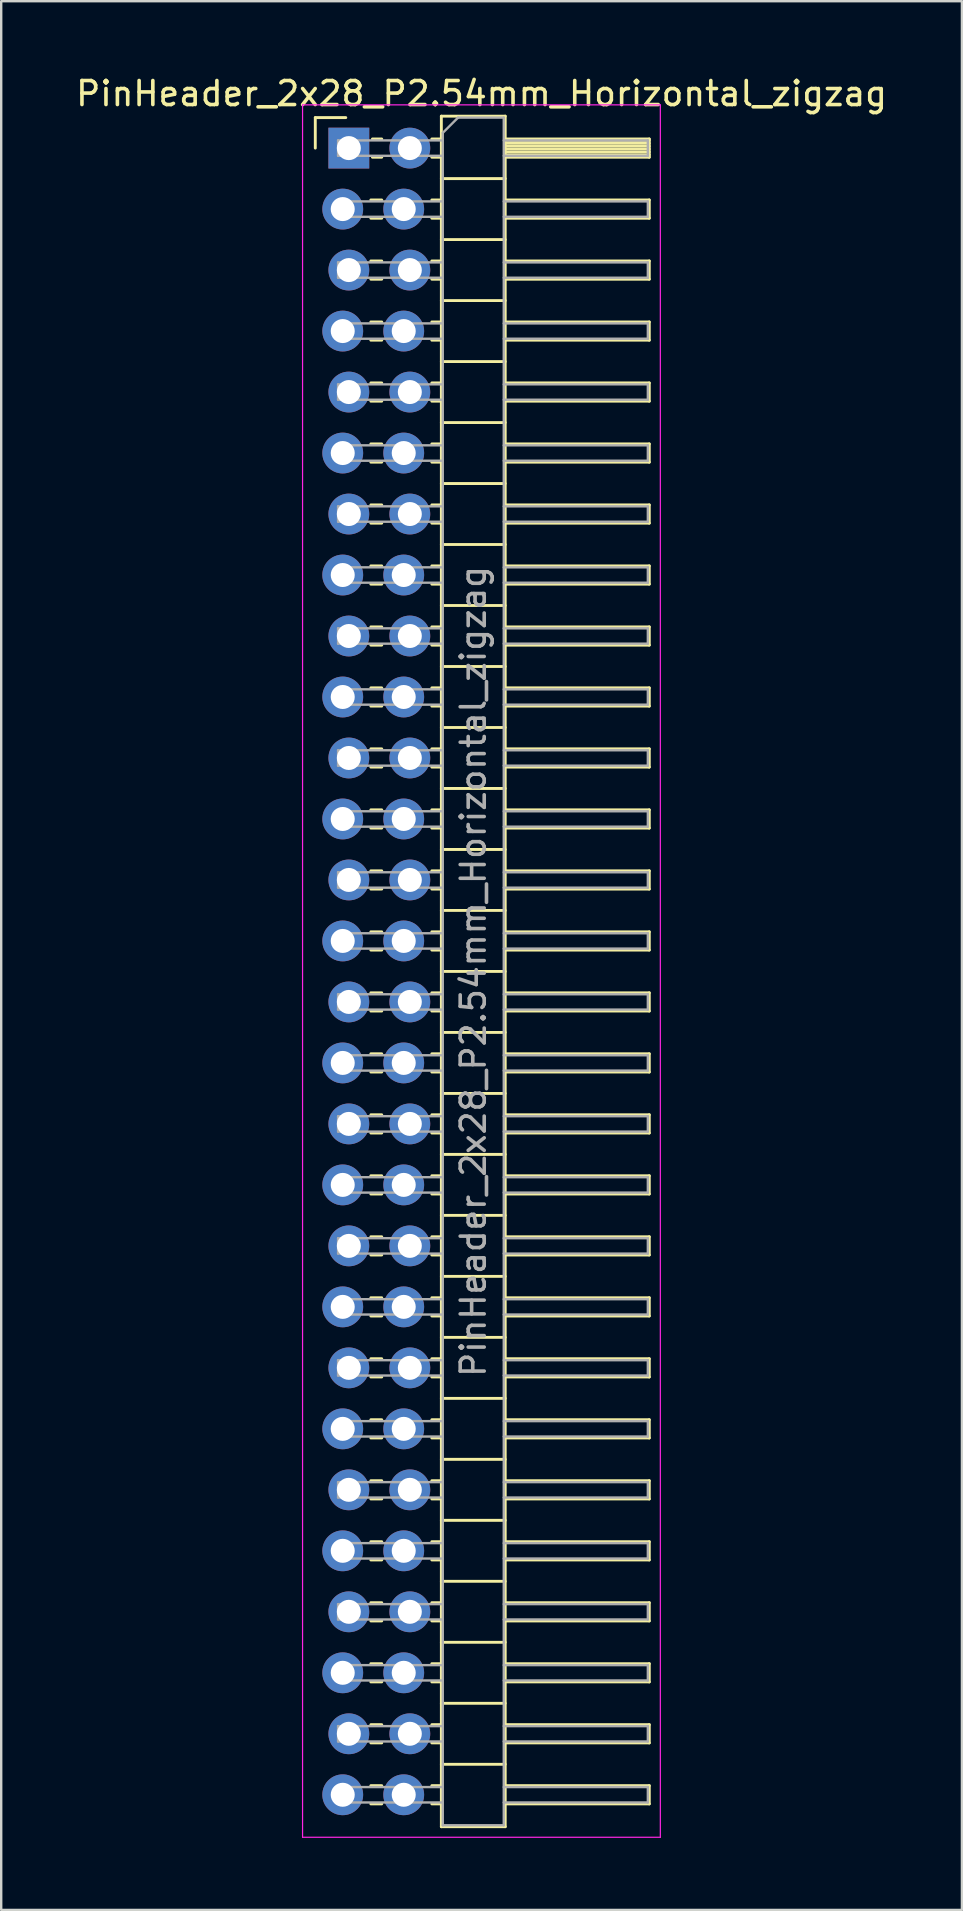
<source format=kicad_pcb>
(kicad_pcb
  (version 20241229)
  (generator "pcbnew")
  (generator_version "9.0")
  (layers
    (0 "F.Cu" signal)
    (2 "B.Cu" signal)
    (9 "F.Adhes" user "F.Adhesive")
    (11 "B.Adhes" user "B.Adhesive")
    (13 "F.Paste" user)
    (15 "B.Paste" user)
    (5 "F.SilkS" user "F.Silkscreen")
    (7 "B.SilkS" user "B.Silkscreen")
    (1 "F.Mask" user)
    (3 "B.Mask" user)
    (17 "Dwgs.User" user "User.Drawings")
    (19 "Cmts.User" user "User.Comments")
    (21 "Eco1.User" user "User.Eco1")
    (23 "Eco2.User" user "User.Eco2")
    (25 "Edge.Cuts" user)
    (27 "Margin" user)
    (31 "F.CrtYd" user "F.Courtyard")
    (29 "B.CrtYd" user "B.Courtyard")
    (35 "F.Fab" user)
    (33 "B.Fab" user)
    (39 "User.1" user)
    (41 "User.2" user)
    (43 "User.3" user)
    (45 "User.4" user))
  (footprint "PinHeader_2x28_P2.54mm_Horizontal_zigzag"
    (layer "F.Cu")
    (at 11.351 3.118)
    (property "Reference" "PinHeader_2x28_P2.54mm_Horizontal_zigzag" (at 5.655 -2.27 0) (layer "F.SilkS") (effects (font (size 1 1) (thickness 0.15))))
    (attr through_hole)
    (fp_line (start -1.27 -1.27) (end 0 -1.27) (stroke (width 0.12) (type solid)) (layer "F.SilkS"))
    (fp_line (start -1.27 0) (end -1.27 -1.27) (stroke (width 0.12) (type solid)) (layer "F.SilkS"))
    (fp_line (start 1.043 2.16) (end 1.497 2.16) (stroke (width 0.12) (type solid)) (layer "F.SilkS"))
    (fp_line (start 1.043 2.92) (end 1.497 2.92) (stroke (width 0.12) (type solid)) (layer "F.SilkS"))
    (fp_line (start 1.043 4.7) (end 1.497 4.7) (stroke (width 0.12) (type solid)) (layer "F.SilkS"))
    (fp_line (start 1.043 5.46) (end 1.497 5.46) (stroke (width 0.12) (type solid)) (layer "F.SilkS"))
    (fp_line (start 1.043 7.24) (end 1.497 7.24) (stroke (width 0.12) (type solid)) (layer "F.SilkS"))
    (fp_line (start 1.043 8) (end 1.497 8) (stroke (width 0.12) (type solid)) (layer "F.SilkS"))
    (fp_line (start 1.043 9.78) (end 1.497 9.78) (stroke (width 0.12) (type solid)) (layer "F.SilkS"))
    (fp_line (start 1.043 10.54) (end 1.497 10.54) (stroke (width 0.12) (type solid)) (layer "F.SilkS"))
    (fp_line (start 1.043 12.32) (end 1.497 12.32) (stroke (width 0.12) (type solid)) (layer "F.SilkS"))
    (fp_line (start 1.043 13.08) (end 1.497 13.08) (stroke (width 0.12) (type solid)) (layer "F.SilkS"))
    (fp_line (start 1.043 14.86) (end 1.497 14.86) (stroke (width 0.12) (type solid)) (layer "F.SilkS"))
    (fp_line (start 1.043 15.62) (end 1.497 15.62) (stroke (width 0.12) (type solid)) (layer "F.SilkS"))
    (fp_line (start 1.043 17.4) (end 1.497 17.4) (stroke (width 0.12) (type solid)) (layer "F.SilkS"))
    (fp_line (start 1.043 18.16) (end 1.497 18.16) (stroke (width 0.12) (type solid)) (layer "F.SilkS"))
    (fp_line (start 1.043 19.94) (end 1.497 19.94) (stroke (width 0.12) (type solid)) (layer "F.SilkS"))
    (fp_line (start 1.043 20.7) (end 1.497 20.7) (stroke (width 0.12) (type solid)) (layer "F.SilkS"))
    (fp_line (start 1.043 22.48) (end 1.497 22.48) (stroke (width 0.12) (type solid)) (layer "F.SilkS"))
    (fp_line (start 1.043 23.24) (end 1.497 23.24) (stroke (width 0.12) (type solid)) (layer "F.SilkS"))
    (fp_line (start 1.043 25.02) (end 1.497 25.02) (stroke (width 0.12) (type solid)) (layer "F.SilkS"))
    (fp_line (start 1.043 25.78) (end 1.497 25.78) (stroke (width 0.12) (type solid)) (layer "F.SilkS"))
    (fp_line (start 1.043 27.56) (end 1.497 27.56) (stroke (width 0.12) (type solid)) (layer "F.SilkS"))
    (fp_line (start 1.043 28.32) (end 1.497 28.32) (stroke (width 0.12) (type solid)) (layer "F.SilkS"))
    (fp_line (start 1.043 30.1) (end 1.497 30.1) (stroke (width 0.12) (type solid)) (layer "F.SilkS"))
    (fp_line (start 1.043 30.86) (end 1.497 30.86) (stroke (width 0.12) (type solid)) (layer "F.SilkS"))
    (fp_line (start 1.043 32.64) (end 1.497 32.64) (stroke (width 0.12) (type solid)) (layer "F.SilkS"))
    (fp_line (start 1.043 33.4) (end 1.497 33.4) (stroke (width 0.12) (type solid)) (layer "F.SilkS"))
    (fp_line (start 1.043 35.18) (end 1.497 35.18) (stroke (width 0.12) (type solid)) (layer "F.SilkS"))
    (fp_line (start 1.043 35.94) (end 1.497 35.94) (stroke (width 0.12) (type solid)) (layer "F.SilkS"))
    (fp_line (start 1.043 37.72) (end 1.497 37.72) (stroke (width 0.12) (type solid)) (layer "F.SilkS"))
    (fp_line (start 1.043 38.48) (end 1.497 38.48) (stroke (width 0.12) (type solid)) (layer "F.SilkS"))
    (fp_line (start 1.043 40.26) (end 1.497 40.26) (stroke (width 0.12) (type solid)) (layer "F.SilkS"))
    (fp_line (start 1.043 41.02) (end 1.497 41.02) (stroke (width 0.12) (type solid)) (layer "F.SilkS"))
    (fp_line (start 1.043 42.8) (end 1.497 42.8) (stroke (width 0.12) (type solid)) (layer "F.SilkS"))
    (fp_line (start 1.043 43.56) (end 1.497 43.56) (stroke (width 0.12) (type solid)) (layer "F.SilkS"))
    (fp_line (start 1.043 45.34) (end 1.497 45.34) (stroke (width 0.12) (type solid)) (layer "F.SilkS"))
    (fp_line (start 1.043 46.1) (end 1.497 46.1) (stroke (width 0.12) (type solid)) (layer "F.SilkS"))
    (fp_line (start 1.043 47.88) (end 1.497 47.88) (stroke (width 0.12) (type solid)) (layer "F.SilkS"))
    (fp_line (start 1.043 48.64) (end 1.497 48.64) (stroke (width 0.12) (type solid)) (layer "F.SilkS"))
    (fp_line (start 1.043 50.42) (end 1.497 50.42) (stroke (width 0.12) (type solid)) (layer "F.SilkS"))
    (fp_line (start 1.043 51.18) (end 1.497 51.18) (stroke (width 0.12) (type solid)) (layer "F.SilkS"))
    (fp_line (start 1.043 52.96) (end 1.497 52.96) (stroke (width 0.12) (type solid)) (layer "F.SilkS"))
    (fp_line (start 1.043 53.72) (end 1.497 53.72) (stroke (width 0.12) (type solid)) (layer "F.SilkS"))
    (fp_line (start 1.043 55.5) (end 1.497 55.5) (stroke (width 0.12) (type solid)) (layer "F.SilkS"))
    (fp_line (start 1.043 56.26) (end 1.497 56.26) (stroke (width 0.12) (type solid)) (layer "F.SilkS"))
    (fp_line (start 1.043 58.04) (end 1.497 58.04) (stroke (width 0.12) (type solid)) (layer "F.SilkS"))
    (fp_line (start 1.043 58.8) (end 1.497 58.8) (stroke (width 0.12) (type solid)) (layer "F.SilkS"))
    (fp_line (start 1.043 60.58) (end 1.497 60.58) (stroke (width 0.12) (type solid)) (layer "F.SilkS"))
    (fp_line (start 1.043 61.34) (end 1.497 61.34) (stroke (width 0.12) (type solid)) (layer "F.SilkS"))
    (fp_line (start 1.043 63.12) (end 1.497 63.12) (stroke (width 0.12) (type solid)) (layer "F.SilkS"))
    (fp_line (start 1.043 63.88) (end 1.497 63.88) (stroke (width 0.12) (type solid)) (layer "F.SilkS"))
    (fp_line (start 1.043 65.66) (end 1.497 65.66) (stroke (width 0.12) (type solid)) (layer "F.SilkS"))
    (fp_line (start 1.043 66.42) (end 1.497 66.42) (stroke (width 0.12) (type solid)) (layer "F.SilkS"))
    (fp_line (start 1.043 68.2) (end 1.497 68.2) (stroke (width 0.12) (type solid)) (layer "F.SilkS"))
    (fp_line (start 1.043 68.96) (end 1.497 68.96) (stroke (width 0.12) (type solid)) (layer "F.SilkS"))
    (fp_line (start 1.11 -0.38) (end 1.497 -0.38) (stroke (width 0.12) (type solid)) (layer "F.SilkS"))
    (fp_line (start 1.11 0.38) (end 1.497 0.38) (stroke (width 0.12) (type solid)) (layer "F.SilkS"))
    (fp_line (start 3.583 -0.38) (end 3.98 -0.38) (stroke (width 0.12) (type solid)) (layer "F.SilkS"))
    (fp_line (start 3.583 0.38) (end 3.98 0.38) (stroke (width 0.12) (type solid)) (layer "F.SilkS"))
    (fp_line (start 3.583 2.16) (end 3.98 2.16) (stroke (width 0.12) (type solid)) (layer "F.SilkS"))
    (fp_line (start 3.583 2.92) (end 3.98 2.92) (stroke (width 0.12) (type solid)) (layer "F.SilkS"))
    (fp_line (start 3.583 4.7) (end 3.98 4.7) (stroke (width 0.12) (type solid)) (layer "F.SilkS"))
    (fp_line (start 3.583 5.46) (end 3.98 5.46) (stroke (width 0.12) (type solid)) (layer "F.SilkS"))
    (fp_line (start 3.583 7.24) (end 3.98 7.24) (stroke (width 0.12) (type solid)) (layer "F.SilkS"))
    (fp_line (start 3.583 8) (end 3.98 8) (stroke (width 0.12) (type solid)) (layer "F.SilkS"))
    (fp_line (start 3.583 9.78) (end 3.98 9.78) (stroke (width 0.12) (type solid)) (layer "F.SilkS"))
    (fp_line (start 3.583 10.54) (end 3.98 10.54) (stroke (width 0.12) (type solid)) (layer "F.SilkS"))
    (fp_line (start 3.583 12.32) (end 3.98 12.32) (stroke (width 0.12) (type solid)) (layer "F.SilkS"))
    (fp_line (start 3.583 13.08) (end 3.98 13.08) (stroke (width 0.12) (type solid)) (layer "F.SilkS"))
    (fp_line (start 3.583 14.86) (end 3.98 14.86) (stroke (width 0.12) (type solid)) (layer "F.SilkS"))
    (fp_line (start 3.583 15.62) (end 3.98 15.62) (stroke (width 0.12) (type solid)) (layer "F.SilkS"))
    (fp_line (start 3.583 17.4) (end 3.98 17.4) (stroke (width 0.12) (type solid)) (layer "F.SilkS"))
    (fp_line (start 3.583 18.16) (end 3.98 18.16) (stroke (width 0.12) (type solid)) (layer "F.SilkS"))
    (fp_line (start 3.583 19.94) (end 3.98 19.94) (stroke (width 0.12) (type solid)) (layer "F.SilkS"))
    (fp_line (start 3.583 20.7) (end 3.98 20.7) (stroke (width 0.12) (type solid)) (layer "F.SilkS"))
    (fp_line (start 3.583 22.48) (end 3.98 22.48) (stroke (width 0.12) (type solid)) (layer "F.SilkS"))
    (fp_line (start 3.583 23.24) (end 3.98 23.24) (stroke (width 0.12) (type solid)) (layer "F.SilkS"))
    (fp_line (start 3.583 25.02) (end 3.98 25.02) (stroke (width 0.12) (type solid)) (layer "F.SilkS"))
    (fp_line (start 3.583 25.78) (end 3.98 25.78) (stroke (width 0.12) (type solid)) (layer "F.SilkS"))
    (fp_line (start 3.583 27.56) (end 3.98 27.56) (stroke (width 0.12) (type solid)) (layer "F.SilkS"))
    (fp_line (start 3.583 28.32) (end 3.98 28.32) (stroke (width 0.12) (type solid)) (layer "F.SilkS"))
    (fp_line (start 3.583 30.1) (end 3.98 30.1) (stroke (width 0.12) (type solid)) (layer "F.SilkS"))
    (fp_line (start 3.583 30.86) (end 3.98 30.86) (stroke (width 0.12) (type solid)) (layer "F.SilkS"))
    (fp_line (start 3.583 32.64) (end 3.98 32.64) (stroke (width 0.12) (type solid)) (layer "F.SilkS"))
    (fp_line (start 3.583 33.4) (end 3.98 33.4) (stroke (width 0.12) (type solid)) (layer "F.SilkS"))
    (fp_line (start 3.583 35.18) (end 3.98 35.18) (stroke (width 0.12) (type solid)) (layer "F.SilkS"))
    (fp_line (start 3.583 35.94) (end 3.98 35.94) (stroke (width 0.12) (type solid)) (layer "F.SilkS"))
    (fp_line (start 3.583 37.72) (end 3.98 37.72) (stroke (width 0.12) (type solid)) (layer "F.SilkS"))
    (fp_line (start 3.583 38.48) (end 3.98 38.48) (stroke (width 0.12) (type solid)) (layer "F.SilkS"))
    (fp_line (start 3.583 40.26) (end 3.98 40.26) (stroke (width 0.12) (type solid)) (layer "F.SilkS"))
    (fp_line (start 3.583 41.02) (end 3.98 41.02) (stroke (width 0.12) (type solid)) (layer "F.SilkS"))
    (fp_line (start 3.583 42.8) (end 3.98 42.8) (stroke (width 0.12) (type solid)) (layer "F.SilkS"))
    (fp_line (start 3.583 43.56) (end 3.98 43.56) (stroke (width 0.12) (type solid)) (layer "F.SilkS"))
    (fp_line (start 3.583 45.34) (end 3.98 45.34) (stroke (width 0.12) (type solid)) (layer "F.SilkS"))
    (fp_line (start 3.583 46.1) (end 3.98 46.1) (stroke (width 0.12) (type solid)) (layer "F.SilkS"))
    (fp_line (start 3.583 47.88) (end 3.98 47.88) (stroke (width 0.12) (type solid)) (layer "F.SilkS"))
    (fp_line (start 3.583 48.64) (end 3.98 48.64) (stroke (width 0.12) (type solid)) (layer "F.SilkS"))
    (fp_line (start 3.583 50.42) (end 3.98 50.42) (stroke (width 0.12) (type solid)) (layer "F.SilkS"))
    (fp_line (start 3.583 51.18) (end 3.98 51.18) (stroke (width 0.12) (type solid)) (layer "F.SilkS"))
    (fp_line (start 3.583 52.96) (end 3.98 52.96) (stroke (width 0.12) (type solid)) (layer "F.SilkS"))
    (fp_line (start 3.583 53.72) (end 3.98 53.72) (stroke (width 0.12) (type solid)) (layer "F.SilkS"))
    (fp_line (start 3.583 55.5) (end 3.98 55.5) (stroke (width 0.12) (type solid)) (layer "F.SilkS"))
    (fp_line (start 3.583 56.26) (end 3.98 56.26) (stroke (width 0.12) (type solid)) (layer "F.SilkS"))
    (fp_line (start 3.583 58.04) (end 3.98 58.04) (stroke (width 0.12) (type solid)) (layer "F.SilkS"))
    (fp_line (start 3.583 58.8) (end 3.98 58.8) (stroke (width 0.12) (type solid)) (layer "F.SilkS"))
    (fp_line (start 3.583 60.58) (end 3.98 60.58) (stroke (width 0.12) (type solid)) (layer "F.SilkS"))
    (fp_line (start 3.583 61.34) (end 3.98 61.34) (stroke (width 0.12) (type solid)) (layer "F.SilkS"))
    (fp_line (start 3.583 63.12) (end 3.98 63.12) (stroke (width 0.12) (type solid)) (layer "F.SilkS"))
    (fp_line (start 3.583 63.88) (end 3.98 63.88) (stroke (width 0.12) (type solid)) (layer "F.SilkS"))
    (fp_line (start 3.583 65.66) (end 3.98 65.66) (stroke (width 0.12) (type solid)) (layer "F.SilkS"))
    (fp_line (start 3.583 66.42) (end 3.98 66.42) (stroke (width 0.12) (type solid)) (layer "F.SilkS"))
    (fp_line (start 3.583 68.2) (end 3.98 68.2) (stroke (width 0.12) (type solid)) (layer "F.SilkS"))
    (fp_line (start 3.583 68.96) (end 3.98 68.96) (stroke (width 0.12) (type solid)) (layer "F.SilkS"))
    (fp_line (start 3.98 -1.33) (end 3.98 69.91) (stroke (width 0.12) (type solid)) (layer "F.SilkS"))
    (fp_line (start 3.98 1.27) (end 6.64 1.27) (stroke (width 0.12) (type solid)) (layer "F.SilkS"))
    (fp_line (start 3.98 3.81) (end 6.64 3.81) (stroke (width 0.12) (type solid)) (layer "F.SilkS"))
    (fp_line (start 3.98 6.35) (end 6.64 6.35) (stroke (width 0.12) (type solid)) (layer "F.SilkS"))
    (fp_line (start 3.98 8.89) (end 6.64 8.89) (stroke (width 0.12) (type solid)) (layer "F.SilkS"))
    (fp_line (start 3.98 11.43) (end 6.64 11.43) (stroke (width 0.12) (type solid)) (layer "F.SilkS"))
    (fp_line (start 3.98 13.97) (end 6.64 13.97) (stroke (width 0.12) (type solid)) (layer "F.SilkS"))
    (fp_line (start 3.98 16.51) (end 6.64 16.51) (stroke (width 0.12) (type solid)) (layer "F.SilkS"))
    (fp_line (start 3.98 19.05) (end 6.64 19.05) (stroke (width 0.12) (type solid)) (layer "F.SilkS"))
    (fp_line (start 3.98 21.59) (end 6.64 21.59) (stroke (width 0.12) (type solid)) (layer "F.SilkS"))
    (fp_line (start 3.98 24.13) (end 6.64 24.13) (stroke (width 0.12) (type solid)) (layer "F.SilkS"))
    (fp_line (start 3.98 26.67) (end 6.64 26.67) (stroke (width 0.12) (type solid)) (layer "F.SilkS"))
    (fp_line (start 3.98 29.21) (end 6.64 29.21) (stroke (width 0.12) (type solid)) (layer "F.SilkS"))
    (fp_line (start 3.98 31.75) (end 6.64 31.75) (stroke (width 0.12) (type solid)) (layer "F.SilkS"))
    (fp_line (start 3.98 34.29) (end 6.64 34.29) (stroke (width 0.12) (type solid)) (layer "F.SilkS"))
    (fp_line (start 3.98 36.83) (end 6.64 36.83) (stroke (width 0.12) (type solid)) (layer "F.SilkS"))
    (fp_line (start 3.98 39.37) (end 6.64 39.37) (stroke (width 0.12) (type solid)) (layer "F.SilkS"))
    (fp_line (start 3.98 41.91) (end 6.64 41.91) (stroke (width 0.12) (type solid)) (layer "F.SilkS"))
    (fp_line (start 3.98 44.45) (end 6.64 44.45) (stroke (width 0.12) (type solid)) (layer "F.SilkS"))
    (fp_line (start 3.98 46.99) (end 6.64 46.99) (stroke (width 0.12) (type solid)) (layer "F.SilkS"))
    (fp_line (start 3.98 49.53) (end 6.64 49.53) (stroke (width 0.12) (type solid)) (layer "F.SilkS"))
    (fp_line (start 3.98 52.07) (end 6.64 52.07) (stroke (width 0.12) (type solid)) (layer "F.SilkS"))
    (fp_line (start 3.98 54.61) (end 6.64 54.61) (stroke (width 0.12) (type solid)) (layer "F.SilkS"))
    (fp_line (start 3.98 57.15) (end 6.64 57.15) (stroke (width 0.12) (type solid)) (layer "F.SilkS"))
    (fp_line (start 3.98 59.69) (end 6.64 59.69) (stroke (width 0.12) (type solid)) (layer "F.SilkS"))
    (fp_line (start 3.98 62.23) (end 6.64 62.23) (stroke (width 0.12) (type solid)) (layer "F.SilkS"))
    (fp_line (start 3.98 64.77) (end 6.64 64.77) (stroke (width 0.12) (type solid)) (layer "F.SilkS"))
    (fp_line (start 3.98 67.31) (end 6.64 67.31) (stroke (width 0.12) (type solid)) (layer "F.SilkS"))
    (fp_line (start 3.98 69.91) (end 6.64 69.91) (stroke (width 0.12) (type solid)) (layer "F.SilkS"))
    (fp_line (start 6.64 -1.33) (end 3.98 -1.33) (stroke (width 0.12) (type solid)) (layer "F.SilkS"))
    (fp_line (start 6.64 -0.38) (end 12.64 -0.38) (stroke (width 0.12) (type solid)) (layer "F.SilkS"))
    (fp_line (start 6.64 -0.32) (end 12.64 -0.32) (stroke (width 0.12) (type solid)) (layer "F.SilkS"))
    (fp_line (start 6.64 -0.2) (end 12.64 -0.2) (stroke (width 0.12) (type solid)) (layer "F.SilkS"))
    (fp_line (start 6.64 -0.08) (end 12.64 -0.08) (stroke (width 0.12) (type solid)) (layer "F.SilkS"))
    (fp_line (start 6.64 0.04) (end 12.64 0.04) (stroke (width 0.12) (type solid)) (layer "F.SilkS"))
    (fp_line (start 6.64 0.16) (end 12.64 0.16) (stroke (width 0.12) (type solid)) (layer "F.SilkS"))
    (fp_line (start 6.64 0.28) (end 12.64 0.28) (stroke (width 0.12) (type solid)) (layer "F.SilkS"))
    (fp_line (start 6.64 2.16) (end 12.64 2.16) (stroke (width 0.12) (type solid)) (layer "F.SilkS"))
    (fp_line (start 6.64 4.7) (end 12.64 4.7) (stroke (width 0.12) (type solid)) (layer "F.SilkS"))
    (fp_line (start 6.64 7.24) (end 12.64 7.24) (stroke (width 0.12) (type solid)) (layer "F.SilkS"))
    (fp_line (start 6.64 9.78) (end 12.64 9.78) (stroke (width 0.12) (type solid)) (layer "F.SilkS"))
    (fp_line (start 6.64 12.32) (end 12.64 12.32) (stroke (width 0.12) (type solid)) (layer "F.SilkS"))
    (fp_line (start 6.64 14.86) (end 12.64 14.86) (stroke (width 0.12) (type solid)) (layer "F.SilkS"))
    (fp_line (start 6.64 17.4) (end 12.64 17.4) (stroke (width 0.12) (type solid)) (layer "F.SilkS"))
    (fp_line (start 6.64 19.94) (end 12.64 19.94) (stroke (width 0.12) (type solid)) (layer "F.SilkS"))
    (fp_line (start 6.64 22.48) (end 12.64 22.48) (stroke (width 0.12) (type solid)) (layer "F.SilkS"))
    (fp_line (start 6.64 25.02) (end 12.64 25.02) (stroke (width 0.12) (type solid)) (layer "F.SilkS"))
    (fp_line (start 6.64 27.56) (end 12.64 27.56) (stroke (width 0.12) (type solid)) (layer "F.SilkS"))
    (fp_line (start 6.64 30.1) (end 12.64 30.1) (stroke (width 0.12) (type solid)) (layer "F.SilkS"))
    (fp_line (start 6.64 32.64) (end 12.64 32.64) (stroke (width 0.12) (type solid)) (layer "F.SilkS"))
    (fp_line (start 6.64 35.18) (end 12.64 35.18) (stroke (width 0.12) (type solid)) (layer "F.SilkS"))
    (fp_line (start 6.64 37.72) (end 12.64 37.72) (stroke (width 0.12) (type solid)) (layer "F.SilkS"))
    (fp_line (start 6.64 40.26) (end 12.64 40.26) (stroke (width 0.12) (type solid)) (layer "F.SilkS"))
    (fp_line (start 6.64 42.8) (end 12.64 42.8) (stroke (width 0.12) (type solid)) (layer "F.SilkS"))
    (fp_line (start 6.64 45.34) (end 12.64 45.34) (stroke (width 0.12) (type solid)) (layer "F.SilkS"))
    (fp_line (start 6.64 47.88) (end 12.64 47.88) (stroke (width 0.12) (type solid)) (layer "F.SilkS"))
    (fp_line (start 6.64 50.42) (end 12.64 50.42) (stroke (width 0.12) (type solid)) (layer "F.SilkS"))
    (fp_line (start 6.64 52.96) (end 12.64 52.96) (stroke (width 0.12) (type solid)) (layer "F.SilkS"))
    (fp_line (start 6.64 55.5) (end 12.64 55.5) (stroke (width 0.12) (type solid)) (layer "F.SilkS"))
    (fp_line (start 6.64 58.04) (end 12.64 58.04) (stroke (width 0.12) (type solid)) (layer "F.SilkS"))
    (fp_line (start 6.64 60.58) (end 12.64 60.58) (stroke (width 0.12) (type solid)) (layer "F.SilkS"))
    (fp_line (start 6.64 63.12) (end 12.64 63.12) (stroke (width 0.12) (type solid)) (layer "F.SilkS"))
    (fp_line (start 6.64 65.66) (end 12.64 65.66) (stroke (width 0.12) (type solid)) (layer "F.SilkS"))
    (fp_line (start 6.64 68.2) (end 12.64 68.2) (stroke (width 0.12) (type solid)) (layer "F.SilkS"))
    (fp_line (start 6.64 69.91) (end 6.64 -1.33) (stroke (width 0.12) (type solid)) (layer "F.SilkS"))
    (fp_line (start 12.64 -0.38) (end 12.64 0.38) (stroke (width 0.12) (type solid)) (layer "F.SilkS"))
    (fp_line (start 12.64 0.38) (end 6.64 0.38) (stroke (width 0.12) (type solid)) (layer "F.SilkS"))
    (fp_line (start 12.64 2.16) (end 12.64 2.92) (stroke (width 0.12) (type solid)) (layer "F.SilkS"))
    (fp_line (start 12.64 2.92) (end 6.64 2.92) (stroke (width 0.12) (type solid)) (layer "F.SilkS"))
    (fp_line (start 12.64 4.7) (end 12.64 5.46) (stroke (width 0.12) (type solid)) (layer "F.SilkS"))
    (fp_line (start 12.64 5.46) (end 6.64 5.46) (stroke (width 0.12) (type solid)) (layer "F.SilkS"))
    (fp_line (start 12.64 7.24) (end 12.64 8) (stroke (width 0.12) (type solid)) (layer "F.SilkS"))
    (fp_line (start 12.64 8) (end 6.64 8) (stroke (width 0.12) (type solid)) (layer "F.SilkS"))
    (fp_line (start 12.64 9.78) (end 12.64 10.54) (stroke (width 0.12) (type solid)) (layer "F.SilkS"))
    (fp_line (start 12.64 10.54) (end 6.64 10.54) (stroke (width 0.12) (type solid)) (layer "F.SilkS"))
    (fp_line (start 12.64 12.32) (end 12.64 13.08) (stroke (width 0.12) (type solid)) (layer "F.SilkS"))
    (fp_line (start 12.64 13.08) (end 6.64 13.08) (stroke (width 0.12) (type solid)) (layer "F.SilkS"))
    (fp_line (start 12.64 14.86) (end 12.64 15.62) (stroke (width 0.12) (type solid)) (layer "F.SilkS"))
    (fp_line (start 12.64 15.62) (end 6.64 15.62) (stroke (width 0.12) (type solid)) (layer "F.SilkS"))
    (fp_line (start 12.64 17.4) (end 12.64 18.16) (stroke (width 0.12) (type solid)) (layer "F.SilkS"))
    (fp_line (start 12.64 18.16) (end 6.64 18.16) (stroke (width 0.12) (type solid)) (layer "F.SilkS"))
    (fp_line (start 12.64 19.94) (end 12.64 20.7) (stroke (width 0.12) (type solid)) (layer "F.SilkS"))
    (fp_line (start 12.64 20.7) (end 6.64 20.7) (stroke (width 0.12) (type solid)) (layer "F.SilkS"))
    (fp_line (start 12.64 22.48) (end 12.64 23.24) (stroke (width 0.12) (type solid)) (layer "F.SilkS"))
    (fp_line (start 12.64 23.24) (end 6.64 23.24) (stroke (width 0.12) (type solid)) (layer "F.SilkS"))
    (fp_line (start 12.64 25.02) (end 12.64 25.78) (stroke (width 0.12) (type solid)) (layer "F.SilkS"))
    (fp_line (start 12.64 25.78) (end 6.64 25.78) (stroke (width 0.12) (type solid)) (layer "F.SilkS"))
    (fp_line (start 12.64 27.56) (end 12.64 28.32) (stroke (width 0.12) (type solid)) (layer "F.SilkS"))
    (fp_line (start 12.64 28.32) (end 6.64 28.32) (stroke (width 0.12) (type solid)) (layer "F.SilkS"))
    (fp_line (start 12.64 30.1) (end 12.64 30.86) (stroke (width 0.12) (type solid)) (layer "F.SilkS"))
    (fp_line (start 12.64 30.86) (end 6.64 30.86) (stroke (width 0.12) (type solid)) (layer "F.SilkS"))
    (fp_line (start 12.64 32.64) (end 12.64 33.4) (stroke (width 0.12) (type solid)) (layer "F.SilkS"))
    (fp_line (start 12.64 33.4) (end 6.64 33.4) (stroke (width 0.12) (type solid)) (layer "F.SilkS"))
    (fp_line (start 12.64 35.18) (end 12.64 35.94) (stroke (width 0.12) (type solid)) (layer "F.SilkS"))
    (fp_line (start 12.64 35.94) (end 6.64 35.94) (stroke (width 0.12) (type solid)) (layer "F.SilkS"))
    (fp_line (start 12.64 37.72) (end 12.64 38.48) (stroke (width 0.12) (type solid)) (layer "F.SilkS"))
    (fp_line (start 12.64 38.48) (end 6.64 38.48) (stroke (width 0.12) (type solid)) (layer "F.SilkS"))
    (fp_line (start 12.64 40.26) (end 12.64 41.02) (stroke (width 0.12) (type solid)) (layer "F.SilkS"))
    (fp_line (start 12.64 41.02) (end 6.64 41.02) (stroke (width 0.12) (type solid)) (layer "F.SilkS"))
    (fp_line (start 12.64 42.8) (end 12.64 43.56) (stroke (width 0.12) (type solid)) (layer "F.SilkS"))
    (fp_line (start 12.64 43.56) (end 6.64 43.56) (stroke (width 0.12) (type solid)) (layer "F.SilkS"))
    (fp_line (start 12.64 45.34) (end 12.64 46.1) (stroke (width 0.12) (type solid)) (layer "F.SilkS"))
    (fp_line (start 12.64 46.1) (end 6.64 46.1) (stroke (width 0.12) (type solid)) (layer "F.SilkS"))
    (fp_line (start 12.64 47.88) (end 12.64 48.64) (stroke (width 0.12) (type solid)) (layer "F.SilkS"))
    (fp_line (start 12.64 48.64) (end 6.64 48.64) (stroke (width 0.12) (type solid)) (layer "F.SilkS"))
    (fp_line (start 12.64 50.42) (end 12.64 51.18) (stroke (width 0.12) (type solid)) (layer "F.SilkS"))
    (fp_line (start 12.64 51.18) (end 6.64 51.18) (stroke (width 0.12) (type solid)) (layer "F.SilkS"))
    (fp_line (start 12.64 52.96) (end 12.64 53.72) (stroke (width 0.12) (type solid)) (layer "F.SilkS"))
    (fp_line (start 12.64 53.72) (end 6.64 53.72) (stroke (width 0.12) (type solid)) (layer "F.SilkS"))
    (fp_line (start 12.64 55.5) (end 12.64 56.26) (stroke (width 0.12) (type solid)) (layer "F.SilkS"))
    (fp_line (start 12.64 56.26) (end 6.64 56.26) (stroke (width 0.12) (type solid)) (layer "F.SilkS"))
    (fp_line (start 12.64 58.04) (end 12.64 58.8) (stroke (width 0.12) (type solid)) (layer "F.SilkS"))
    (fp_line (start 12.64 58.8) (end 6.64 58.8) (stroke (width 0.12) (type solid)) (layer "F.SilkS"))
    (fp_line (start 12.64 60.58) (end 12.64 61.34) (stroke (width 0.12) (type solid)) (layer "F.SilkS"))
    (fp_line (start 12.64 61.34) (end 6.64 61.34) (stroke (width 0.12) (type solid)) (layer "F.SilkS"))
    (fp_line (start 12.64 63.12) (end 12.64 63.88) (stroke (width 0.12) (type solid)) (layer "F.SilkS"))
    (fp_line (start 12.64 63.88) (end 6.64 63.88) (stroke (width 0.12) (type solid)) (layer "F.SilkS"))
    (fp_line (start 12.64 65.66) (end 12.64 66.42) (stroke (width 0.12) (type solid)) (layer "F.SilkS"))
    (fp_line (start 12.64 66.42) (end 6.64 66.42) (stroke (width 0.12) (type solid)) (layer "F.SilkS"))
    (fp_line (start 12.64 68.2) (end 12.64 68.96) (stroke (width 0.12) (type solid)) (layer "F.SilkS"))
    (fp_line (start 12.64 68.96) (end 6.64 68.96) (stroke (width 0.12) (type solid)) (layer "F.SilkS"))
    (fp_line (start -1.8 -1.8) (end -1.8 70.35) (stroke (width 0.05) (type solid)) (layer "F.CrtYd"))
    (fp_line (start -1.8 70.35) (end 13.1 70.35) (stroke (width 0.05) (type solid)) (layer "F.CrtYd"))
    (fp_line (start 13.1 -1.8) (end -1.8 -1.8) (stroke (width 0.05) (type solid)) (layer "F.CrtYd"))
    (fp_line (start 13.1 70.35) (end 13.1 -1.8) (stroke (width 0.05) (type solid)) (layer "F.CrtYd"))
    (fp_line (start -0.32 -0.32) (end -0.32 0.32) (stroke (width 0.1) (type solid)) (layer "F.Fab"))
    (fp_line (start -0.32 -0.32) (end 4.04 -0.32) (stroke (width 0.1) (type solid)) (layer "F.Fab"))
    (fp_line (start -0.32 0.32) (end 4.04 0.32) (stroke (width 0.1) (type solid)) (layer "F.Fab"))
    (fp_line (start -0.32 2.22) (end -0.32 2.86) (stroke (width 0.1) (type solid)) (layer "F.Fab"))
    (fp_line (start -0.32 2.22) (end 4.04 2.22) (stroke (width 0.1) (type solid)) (layer "F.Fab"))
    (fp_line (start -0.32 2.86) (end 4.04 2.86) (stroke (width 0.1) (type solid)) (layer "F.Fab"))
    (fp_line (start -0.32 4.76) (end -0.32 5.4) (stroke (width 0.1) (type solid)) (layer "F.Fab"))
    (fp_line (start -0.32 4.76) (end 4.04 4.76) (stroke (width 0.1) (type solid)) (layer "F.Fab"))
    (fp_line (start -0.32 5.4) (end 4.04 5.4) (stroke (width 0.1) (type solid)) (layer "F.Fab"))
    (fp_line (start -0.32 7.3) (end -0.32 7.94) (stroke (width 0.1) (type solid)) (layer "F.Fab"))
    (fp_line (start -0.32 7.3) (end 4.04 7.3) (stroke (width 0.1) (type solid)) (layer "F.Fab"))
    (fp_line (start -0.32 7.94) (end 4.04 7.94) (stroke (width 0.1) (type solid)) (layer "F.Fab"))
    (fp_line (start -0.32 9.84) (end -0.32 10.48) (stroke (width 0.1) (type solid)) (layer "F.Fab"))
    (fp_line (start -0.32 9.84) (end 4.04 9.84) (stroke (width 0.1) (type solid)) (layer "F.Fab"))
    (fp_line (start -0.32 10.48) (end 4.04 10.48) (stroke (width 0.1) (type solid)) (layer "F.Fab"))
    (fp_line (start -0.32 12.38) (end -0.32 13.02) (stroke (width 0.1) (type solid)) (layer "F.Fab"))
    (fp_line (start -0.32 12.38) (end 4.04 12.38) (stroke (width 0.1) (type solid)) (layer "F.Fab"))
    (fp_line (start -0.32 13.02) (end 4.04 13.02) (stroke (width 0.1) (type solid)) (layer "F.Fab"))
    (fp_line (start -0.32 14.92) (end -0.32 15.56) (stroke (width 0.1) (type solid)) (layer "F.Fab"))
    (fp_line (start -0.32 14.92) (end 4.04 14.92) (stroke (width 0.1) (type solid)) (layer "F.Fab"))
    (fp_line (start -0.32 15.56) (end 4.04 15.56) (stroke (width 0.1) (type solid)) (layer "F.Fab"))
    (fp_line (start -0.32 17.46) (end -0.32 18.1) (stroke (width 0.1) (type solid)) (layer "F.Fab"))
    (fp_line (start -0.32 17.46) (end 4.04 17.46) (stroke (width 0.1) (type solid)) (layer "F.Fab"))
    (fp_line (start -0.32 18.1) (end 4.04 18.1) (stroke (width 0.1) (type solid)) (layer "F.Fab"))
    (fp_line (start -0.32 20) (end -0.32 20.64) (stroke (width 0.1) (type solid)) (layer "F.Fab"))
    (fp_line (start -0.32 20) (end 4.04 20) (stroke (width 0.1) (type solid)) (layer "F.Fab"))
    (fp_line (start -0.32 20.64) (end 4.04 20.64) (stroke (width 0.1) (type solid)) (layer "F.Fab"))
    (fp_line (start -0.32 22.54) (end -0.32 23.18) (stroke (width 0.1) (type solid)) (layer "F.Fab"))
    (fp_line (start -0.32 22.54) (end 4.04 22.54) (stroke (width 0.1) (type solid)) (layer "F.Fab"))
    (fp_line (start -0.32 23.18) (end 4.04 23.18) (stroke (width 0.1) (type solid)) (layer "F.Fab"))
    (fp_line (start -0.32 25.08) (end -0.32 25.72) (stroke (width 0.1) (type solid)) (layer "F.Fab"))
    (fp_line (start -0.32 25.08) (end 4.04 25.08) (stroke (width 0.1) (type solid)) (layer "F.Fab"))
    (fp_line (start -0.32 25.72) (end 4.04 25.72) (stroke (width 0.1) (type solid)) (layer "F.Fab"))
    (fp_line (start -0.32 27.62) (end -0.32 28.26) (stroke (width 0.1) (type solid)) (layer "F.Fab"))
    (fp_line (start -0.32 27.62) (end 4.04 27.62) (stroke (width 0.1) (type solid)) (layer "F.Fab"))
    (fp_line (start -0.32 28.26) (end 4.04 28.26) (stroke (width 0.1) (type solid)) (layer "F.Fab"))
    (fp_line (start -0.32 30.16) (end -0.32 30.8) (stroke (width 0.1) (type solid)) (layer "F.Fab"))
    (fp_line (start -0.32 30.16) (end 4.04 30.16) (stroke (width 0.1) (type solid)) (layer "F.Fab"))
    (fp_line (start -0.32 30.8) (end 4.04 30.8) (stroke (width 0.1) (type solid)) (layer "F.Fab"))
    (fp_line (start -0.32 32.7) (end -0.32 33.34) (stroke (width 0.1) (type solid)) (layer "F.Fab"))
    (fp_line (start -0.32 32.7) (end 4.04 32.7) (stroke (width 0.1) (type solid)) (layer "F.Fab"))
    (fp_line (start -0.32 33.34) (end 4.04 33.34) (stroke (width 0.1) (type solid)) (layer "F.Fab"))
    (fp_line (start -0.32 35.24) (end -0.32 35.88) (stroke (width 0.1) (type solid)) (layer "F.Fab"))
    (fp_line (start -0.32 35.24) (end 4.04 35.24) (stroke (width 0.1) (type solid)) (layer "F.Fab"))
    (fp_line (start -0.32 35.88) (end 4.04 35.88) (stroke (width 0.1) (type solid)) (layer "F.Fab"))
    (fp_line (start -0.32 37.78) (end -0.32 38.42) (stroke (width 0.1) (type solid)) (layer "F.Fab"))
    (fp_line (start -0.32 37.78) (end 4.04 37.78) (stroke (width 0.1) (type solid)) (layer "F.Fab"))
    (fp_line (start -0.32 38.42) (end 4.04 38.42) (stroke (width 0.1) (type solid)) (layer "F.Fab"))
    (fp_line (start -0.32 40.32) (end -0.32 40.96) (stroke (width 0.1) (type solid)) (layer "F.Fab"))
    (fp_line (start -0.32 40.32) (end 4.04 40.32) (stroke (width 0.1) (type solid)) (layer "F.Fab"))
    (fp_line (start -0.32 40.96) (end 4.04 40.96) (stroke (width 0.1) (type solid)) (layer "F.Fab"))
    (fp_line (start -0.32 42.86) (end -0.32 43.5) (stroke (width 0.1) (type solid)) (layer "F.Fab"))
    (fp_line (start -0.32 42.86) (end 4.04 42.86) (stroke (width 0.1) (type solid)) (layer "F.Fab"))
    (fp_line (start -0.32 43.5) (end 4.04 43.5) (stroke (width 0.1) (type solid)) (layer "F.Fab"))
    (fp_line (start -0.32 45.4) (end -0.32 46.04) (stroke (width 0.1) (type solid)) (layer "F.Fab"))
    (fp_line (start -0.32 45.4) (end 4.04 45.4) (stroke (width 0.1) (type solid)) (layer "F.Fab"))
    (fp_line (start -0.32 46.04) (end 4.04 46.04) (stroke (width 0.1) (type solid)) (layer "F.Fab"))
    (fp_line (start -0.32 47.94) (end -0.32 48.58) (stroke (width 0.1) (type solid)) (layer "F.Fab"))
    (fp_line (start -0.32 47.94) (end 4.04 47.94) (stroke (width 0.1) (type solid)) (layer "F.Fab"))
    (fp_line (start -0.32 48.58) (end 4.04 48.58) (stroke (width 0.1) (type solid)) (layer "F.Fab"))
    (fp_line (start -0.32 50.48) (end -0.32 51.12) (stroke (width 0.1) (type solid)) (layer "F.Fab"))
    (fp_line (start -0.32 50.48) (end 4.04 50.48) (stroke (width 0.1) (type solid)) (layer "F.Fab"))
    (fp_line (start -0.32 51.12) (end 4.04 51.12) (stroke (width 0.1) (type solid)) (layer "F.Fab"))
    (fp_line (start -0.32 53.02) (end -0.32 53.66) (stroke (width 0.1) (type solid)) (layer "F.Fab"))
    (fp_line (start -0.32 53.02) (end 4.04 53.02) (stroke (width 0.1) (type solid)) (layer "F.Fab"))
    (fp_line (start -0.32 53.66) (end 4.04 53.66) (stroke (width 0.1) (type solid)) (layer "F.Fab"))
    (fp_line (start -0.32 55.56) (end -0.32 56.2) (stroke (width 0.1) (type solid)) (layer "F.Fab"))
    (fp_line (start -0.32 55.56) (end 4.04 55.56) (stroke (width 0.1) (type solid)) (layer "F.Fab"))
    (fp_line (start -0.32 56.2) (end 4.04 56.2) (stroke (width 0.1) (type solid)) (layer "F.Fab"))
    (fp_line (start -0.32 58.1) (end -0.32 58.74) (stroke (width 0.1) (type solid)) (layer "F.Fab"))
    (fp_line (start -0.32 58.1) (end 4.04 58.1) (stroke (width 0.1) (type solid)) (layer "F.Fab"))
    (fp_line (start -0.32 58.74) (end 4.04 58.74) (stroke (width 0.1) (type solid)) (layer "F.Fab"))
    (fp_line (start -0.32 60.64) (end -0.32 61.28) (stroke (width 0.1) (type solid)) (layer "F.Fab"))
    (fp_line (start -0.32 60.64) (end 4.04 60.64) (stroke (width 0.1) (type solid)) (layer "F.Fab"))
    (fp_line (start -0.32 61.28) (end 4.04 61.28) (stroke (width 0.1) (type solid)) (layer "F.Fab"))
    (fp_line (start -0.32 63.18) (end -0.32 63.82) (stroke (width 0.1) (type solid)) (layer "F.Fab"))
    (fp_line (start -0.32 63.18) (end 4.04 63.18) (stroke (width 0.1) (type solid)) (layer "F.Fab"))
    (fp_line (start -0.32 63.82) (end 4.04 63.82) (stroke (width 0.1) (type solid)) (layer "F.Fab"))
    (fp_line (start -0.32 65.72) (end -0.32 66.36) (stroke (width 0.1) (type solid)) (layer "F.Fab"))
    (fp_line (start -0.32 65.72) (end 4.04 65.72) (stroke (width 0.1) (type solid)) (layer "F.Fab"))
    (fp_line (start -0.32 66.36) (end 4.04 66.36) (stroke (width 0.1) (type solid)) (layer "F.Fab"))
    (fp_line (start -0.32 68.26) (end -0.32 68.9) (stroke (width 0.1) (type solid)) (layer "F.Fab"))
    (fp_line (start -0.32 68.26) (end 4.04 68.26) (stroke (width 0.1) (type solid)) (layer "F.Fab"))
    (fp_line (start -0.32 68.9) (end 4.04 68.9) (stroke (width 0.1) (type solid)) (layer "F.Fab"))
    (fp_line (start 4.04 -0.635) (end 4.675 -1.27) (stroke (width 0.1) (type solid)) (layer "F.Fab"))
    (fp_line (start 4.04 69.85) (end 4.04 -0.635) (stroke (width 0.1) (type solid)) (layer "F.Fab"))
    (fp_line (start 4.675 -1.27) (end 6.58 -1.27) (stroke (width 0.1) (type solid)) (layer "F.Fab"))
    (fp_line (start 6.58 -1.27) (end 6.58 69.85) (stroke (width 0.1) (type solid)) (layer "F.Fab"))
    (fp_line (start 6.58 -0.32) (end 12.58 -0.32) (stroke (width 0.1) (type solid)) (layer "F.Fab"))
    (fp_line (start 6.58 0.32) (end 12.58 0.32) (stroke (width 0.1) (type solid)) (layer "F.Fab"))
    (fp_line (start 6.58 2.22) (end 12.58 2.22) (stroke (width 0.1) (type solid)) (layer "F.Fab"))
    (fp_line (start 6.58 2.86) (end 12.58 2.86) (stroke (width 0.1) (type solid)) (layer "F.Fab"))
    (fp_line (start 6.58 4.76) (end 12.58 4.76) (stroke (width 0.1) (type solid)) (layer "F.Fab"))
    (fp_line (start 6.58 5.4) (end 12.58 5.4) (stroke (width 0.1) (type solid)) (layer "F.Fab"))
    (fp_line (start 6.58 7.3) (end 12.58 7.3) (stroke (width 0.1) (type solid)) (layer "F.Fab"))
    (fp_line (start 6.58 7.94) (end 12.58 7.94) (stroke (width 0.1) (type solid)) (layer "F.Fab"))
    (fp_line (start 6.58 9.84) (end 12.58 9.84) (stroke (width 0.1) (type solid)) (layer "F.Fab"))
    (fp_line (start 6.58 10.48) (end 12.58 10.48) (stroke (width 0.1) (type solid)) (layer "F.Fab"))
    (fp_line (start 6.58 12.38) (end 12.58 12.38) (stroke (width 0.1) (type solid)) (layer "F.Fab"))
    (fp_line (start 6.58 13.02) (end 12.58 13.02) (stroke (width 0.1) (type solid)) (layer "F.Fab"))
    (fp_line (start 6.58 14.92) (end 12.58 14.92) (stroke (width 0.1) (type solid)) (layer "F.Fab"))
    (fp_line (start 6.58 15.56) (end 12.58 15.56) (stroke (width 0.1) (type solid)) (layer "F.Fab"))
    (fp_line (start 6.58 17.46) (end 12.58 17.46) (stroke (width 0.1) (type solid)) (layer "F.Fab"))
    (fp_line (start 6.58 18.1) (end 12.58 18.1) (stroke (width 0.1) (type solid)) (layer "F.Fab"))
    (fp_line (start 6.58 20) (end 12.58 20) (stroke (width 0.1) (type solid)) (layer "F.Fab"))
    (fp_line (start 6.58 20.64) (end 12.58 20.64) (stroke (width 0.1) (type solid)) (layer "F.Fab"))
    (fp_line (start 6.58 22.54) (end 12.58 22.54) (stroke (width 0.1) (type solid)) (layer "F.Fab"))
    (fp_line (start 6.58 23.18) (end 12.58 23.18) (stroke (width 0.1) (type solid)) (layer "F.Fab"))
    (fp_line (start 6.58 25.08) (end 12.58 25.08) (stroke (width 0.1) (type solid)) (layer "F.Fab"))
    (fp_line (start 6.58 25.72) (end 12.58 25.72) (stroke (width 0.1) (type solid)) (layer "F.Fab"))
    (fp_line (start 6.58 27.62) (end 12.58 27.62) (stroke (width 0.1) (type solid)) (layer "F.Fab"))
    (fp_line (start 6.58 28.26) (end 12.58 28.26) (stroke (width 0.1) (type solid)) (layer "F.Fab"))
    (fp_line (start 6.58 30.16) (end 12.58 30.16) (stroke (width 0.1) (type solid)) (layer "F.Fab"))
    (fp_line (start 6.58 30.8) (end 12.58 30.8) (stroke (width 0.1) (type solid)) (layer "F.Fab"))
    (fp_line (start 6.58 32.7) (end 12.58 32.7) (stroke (width 0.1) (type solid)) (layer "F.Fab"))
    (fp_line (start 6.58 33.34) (end 12.58 33.34) (stroke (width 0.1) (type solid)) (layer "F.Fab"))
    (fp_line (start 6.58 35.24) (end 12.58 35.24) (stroke (width 0.1) (type solid)) (layer "F.Fab"))
    (fp_line (start 6.58 35.88) (end 12.58 35.88) (stroke (width 0.1) (type solid)) (layer "F.Fab"))
    (fp_line (start 6.58 37.78) (end 12.58 37.78) (stroke (width 0.1) (type solid)) (layer "F.Fab"))
    (fp_line (start 6.58 38.42) (end 12.58 38.42) (stroke (width 0.1) (type solid)) (layer "F.Fab"))
    (fp_line (start 6.58 40.32) (end 12.58 40.32) (stroke (width 0.1) (type solid)) (layer "F.Fab"))
    (fp_line (start 6.58 40.96) (end 12.58 40.96) (stroke (width 0.1) (type solid)) (layer "F.Fab"))
    (fp_line (start 6.58 42.86) (end 12.58 42.86) (stroke (width 0.1) (type solid)) (layer "F.Fab"))
    (fp_line (start 6.58 43.5) (end 12.58 43.5) (stroke (width 0.1) (type solid)) (layer "F.Fab"))
    (fp_line (start 6.58 45.4) (end 12.58 45.4) (stroke (width 0.1) (type solid)) (layer "F.Fab"))
    (fp_line (start 6.58 46.04) (end 12.58 46.04) (stroke (width 0.1) (type solid)) (layer "F.Fab"))
    (fp_line (start 6.58 47.94) (end 12.58 47.94) (stroke (width 0.1) (type solid)) (layer "F.Fab"))
    (fp_line (start 6.58 48.58) (end 12.58 48.58) (stroke (width 0.1) (type solid)) (layer "F.Fab"))
    (fp_line (start 6.58 50.48) (end 12.58 50.48) (stroke (width 0.1) (type solid)) (layer "F.Fab"))
    (fp_line (start 6.58 51.12) (end 12.58 51.12) (stroke (width 0.1) (type solid)) (layer "F.Fab"))
    (fp_line (start 6.58 53.02) (end 12.58 53.02) (stroke (width 0.1) (type solid)) (layer "F.Fab"))
    (fp_line (start 6.58 53.66) (end 12.58 53.66) (stroke (width 0.1) (type solid)) (layer "F.Fab"))
    (fp_line (start 6.58 55.56) (end 12.58 55.56) (stroke (width 0.1) (type solid)) (layer "F.Fab"))
    (fp_line (start 6.58 56.2) (end 12.58 56.2) (stroke (width 0.1) (type solid)) (layer "F.Fab"))
    (fp_line (start 6.58 58.1) (end 12.58 58.1) (stroke (width 0.1) (type solid)) (layer "F.Fab"))
    (fp_line (start 6.58 58.74) (end 12.58 58.74) (stroke (width 0.1) (type solid)) (layer "F.Fab"))
    (fp_line (start 6.58 60.64) (end 12.58 60.64) (stroke (width 0.1) (type solid)) (layer "F.Fab"))
    (fp_line (start 6.58 61.28) (end 12.58 61.28) (stroke (width 0.1) (type solid)) (layer "F.Fab"))
    (fp_line (start 6.58 63.18) (end 12.58 63.18) (stroke (width 0.1) (type solid)) (layer "F.Fab"))
    (fp_line (start 6.58 63.82) (end 12.58 63.82) (stroke (width 0.1) (type solid)) (layer "F.Fab"))
    (fp_line (start 6.58 65.72) (end 12.58 65.72) (stroke (width 0.1) (type solid)) (layer "F.Fab"))
    (fp_line (start 6.58 66.36) (end 12.58 66.36) (stroke (width 0.1) (type solid)) (layer "F.Fab"))
    (fp_line (start 6.58 68.26) (end 12.58 68.26) (stroke (width 0.1) (type solid)) (layer "F.Fab"))
    (fp_line (start 6.58 68.9) (end 12.58 68.9) (stroke (width 0.1) (type solid)) (layer "F.Fab"))
    (fp_line (start 6.58 69.85) (end 4.04 69.85) (stroke (width 0.1) (type solid)) (layer "F.Fab"))
    (fp_line (start 12.58 -0.32) (end 12.58 0.32) (stroke (width 0.1) (type solid)) (layer "F.Fab"))
    (fp_line (start 12.58 2.22) (end 12.58 2.86) (stroke (width 0.1) (type solid)) (layer "F.Fab"))
    (fp_line (start 12.58 4.76) (end 12.58 5.4) (stroke (width 0.1) (type solid)) (layer "F.Fab"))
    (fp_line (start 12.58 7.3) (end 12.58 7.94) (stroke (width 0.1) (type solid)) (layer "F.Fab"))
    (fp_line (start 12.58 9.84) (end 12.58 10.48) (stroke (width 0.1) (type solid)) (layer "F.Fab"))
    (fp_line (start 12.58 12.38) (end 12.58 13.02) (stroke (width 0.1) (type solid)) (layer "F.Fab"))
    (fp_line (start 12.58 14.92) (end 12.58 15.56) (stroke (width 0.1) (type solid)) (layer "F.Fab"))
    (fp_line (start 12.58 17.46) (end 12.58 18.1) (stroke (width 0.1) (type solid)) (layer "F.Fab"))
    (fp_line (start 12.58 20) (end 12.58 20.64) (stroke (width 0.1) (type solid)) (layer "F.Fab"))
    (fp_line (start 12.58 22.54) (end 12.58 23.18) (stroke (width 0.1) (type solid)) (layer "F.Fab"))
    (fp_line (start 12.58 25.08) (end 12.58 25.72) (stroke (width 0.1) (type solid)) (layer "F.Fab"))
    (fp_line (start 12.58 27.62) (end 12.58 28.26) (stroke (width 0.1) (type solid)) (layer "F.Fab"))
    (fp_line (start 12.58 30.16) (end 12.58 30.8) (stroke (width 0.1) (type solid)) (layer "F.Fab"))
    (fp_line (start 12.58 32.7) (end 12.58 33.34) (stroke (width 0.1) (type solid)) (layer "F.Fab"))
    (fp_line (start 12.58 35.24) (end 12.58 35.88) (stroke (width 0.1) (type solid)) (layer "F.Fab"))
    (fp_line (start 12.58 37.78) (end 12.58 38.42) (stroke (width 0.1) (type solid)) (layer "F.Fab"))
    (fp_line (start 12.58 40.32) (end 12.58 40.96) (stroke (width 0.1) (type solid)) (layer "F.Fab"))
    (fp_line (start 12.58 42.86) (end 12.58 43.5) (stroke (width 0.1) (type solid)) (layer "F.Fab"))
    (fp_line (start 12.58 45.4) (end 12.58 46.04) (stroke (width 0.1) (type solid)) (layer "F.Fab"))
    (fp_line (start 12.58 47.94) (end 12.58 48.58) (stroke (width 0.1) (type solid)) (layer "F.Fab"))
    (fp_line (start 12.58 50.48) (end 12.58 51.12) (stroke (width 0.1) (type solid)) (layer "F.Fab"))
    (fp_line (start 12.58 53.02) (end 12.58 53.66) (stroke (width 0.1) (type solid)) (layer "F.Fab"))
    (fp_line (start 12.58 55.56) (end 12.58 56.2) (stroke (width 0.1) (type solid)) (layer "F.Fab"))
    (fp_line (start 12.58 58.1) (end 12.58 58.74) (stroke (width 0.1) (type solid)) (layer "F.Fab"))
    (fp_line (start 12.58 60.64) (end 12.58 61.28) (stroke (width 0.1) (type solid)) (layer "F.Fab"))
    (fp_line (start 12.58 63.18) (end 12.58 63.82) (stroke (width 0.1) (type solid)) (layer "F.Fab"))
    (fp_line (start 12.58 65.72) (end 12.58 66.36) (stroke (width 0.1) (type solid)) (layer "F.Fab"))
    (fp_line (start 12.58 68.26) (end 12.58 68.9) (stroke (width 0.1) (type solid)) (layer "F.Fab"))
    (fp_text user "${REFERENCE}" (at 5.31 34.29 90) (layer "F.Fab") (effects (font (size 1 1) (thickness 0.15))))
    (pad "1" thru_hole rect (at 0.127 0) (size 1.7 1.7) (drill 1) (layers "*.Cu" "*.Mask"))
    (pad "2" thru_hole oval (at 2.667 0) (size 1.7 1.7) (drill 1) (layers "*.Cu" "*.Mask"))
    (pad "3" thru_hole oval (at -0.127 2.54) (size 1.7 1.7) (drill 1) (layers "*.Cu" "*.Mask"))
    (pad "4" thru_hole oval (at 2.413 2.54) (size 1.7 1.7) (drill 1) (layers "*.Cu" "*.Mask"))
    (pad "5" thru_hole oval (at 0.127 5.08) (size 1.7 1.7) (drill 1) (layers "*.Cu" "*.Mask"))
    (pad "6" thru_hole oval (at 2.667 5.08) (size 1.7 1.7) (drill 1) (layers "*.Cu" "*.Mask"))
    (pad "7" thru_hole oval (at -0.127 7.62) (size 1.7 1.7) (drill 1) (layers "*.Cu" "*.Mask"))
    (pad "8" thru_hole oval (at 2.413 7.62) (size 1.7 1.7) (drill 1) (layers "*.Cu" "*.Mask"))
    (pad "9" thru_hole oval (at 0.127 10.16) (size 1.7 1.7) (drill 1) (layers "*.Cu" "*.Mask"))
    (pad "10" thru_hole oval (at 2.667 10.16) (size 1.7 1.7) (drill 1) (layers "*.Cu" "*.Mask"))
    (pad "11" thru_hole oval (at -0.127 12.7) (size 1.7 1.7) (drill 1) (layers "*.Cu" "*.Mask"))
    (pad "12" thru_hole oval (at 2.413 12.7) (size 1.7 1.7) (drill 1) (layers "*.Cu" "*.Mask"))
    (pad "13" thru_hole oval (at 0.127 15.24) (size 1.7 1.7) (drill 1) (layers "*.Cu" "*.Mask"))
    (pad "14" thru_hole oval (at 2.667 15.24) (size 1.7 1.7) (drill 1) (layers "*.Cu" "*.Mask"))
    (pad "15" thru_hole oval (at -0.127 17.78) (size 1.7 1.7) (drill 1) (layers "*.Cu" "*.Mask"))
    (pad "16" thru_hole oval (at 2.413 17.78) (size 1.7 1.7) (drill 1) (layers "*.Cu" "*.Mask"))
    (pad "17" thru_hole oval (at 0.127 20.32) (size 1.7 1.7) (drill 1) (layers "*.Cu" "*.Mask"))
    (pad "18" thru_hole oval (at 2.667 20.32) (size 1.7 1.7) (drill 1) (layers "*.Cu" "*.Mask"))
    (pad "19" thru_hole oval (at -0.127 22.86) (size 1.7 1.7) (drill 1) (layers "*.Cu" "*.Mask"))
    (pad "20" thru_hole oval (at 2.413 22.86) (size 1.7 1.7) (drill 1) (layers "*.Cu" "*.Mask"))
    (pad "21" thru_hole oval (at 0.127 25.4) (size 1.7 1.7) (drill 1) (layers "*.Cu" "*.Mask"))
    (pad "22" thru_hole oval (at 2.667 25.4) (size 1.7 1.7) (drill 1) (layers "*.Cu" "*.Mask"))
    (pad "23" thru_hole oval (at -0.127 27.94) (size 1.7 1.7) (drill 1) (layers "*.Cu" "*.Mask"))
    (pad "24" thru_hole oval (at 2.413 27.94) (size 1.7 1.7) (drill 1) (layers "*.Cu" "*.Mask"))
    (pad "25" thru_hole oval (at 0.127 30.48) (size 1.7 1.7) (drill 1) (layers "*.Cu" "*.Mask"))
    (pad "26" thru_hole oval (at 2.667 30.48) (size 1.7 1.7) (drill 1) (layers "*.Cu" "*.Mask"))
    (pad "27" thru_hole oval (at -0.127 33.02) (size 1.7 1.7) (drill 1) (layers "*.Cu" "*.Mask"))
    (pad "28" thru_hole oval (at 2.413 33.02) (size 1.7 1.7) (drill 1) (layers "*.Cu" "*.Mask"))
    (pad "29" thru_hole oval (at 0.127 35.56) (size 1.7 1.7) (drill 1) (layers "*.Cu" "*.Mask"))
    (pad "30" thru_hole oval (at 2.667 35.56) (size 1.7 1.7) (drill 1) (layers "*.Cu" "*.Mask"))
    (pad "31" thru_hole oval (at -0.127 38.1) (size 1.7 1.7) (drill 1) (layers "*.Cu" "*.Mask"))
    (pad "32" thru_hole oval (at 2.413 38.1) (size 1.7 1.7) (drill 1) (layers "*.Cu" "*.Mask"))
    (pad "33" thru_hole oval (at 0.127 40.64) (size 1.7 1.7) (drill 1) (layers "*.Cu" "*.Mask"))
    (pad "34" thru_hole oval (at 2.667 40.64) (size 1.7 1.7) (drill 1) (layers "*.Cu" "*.Mask"))
    (pad "35" thru_hole oval (at -0.127 43.18) (size 1.7 1.7) (drill 1) (layers "*.Cu" "*.Mask"))
    (pad "36" thru_hole oval (at 2.413 43.18) (size 1.7 1.7) (drill 1) (layers "*.Cu" "*.Mask"))
    (pad "37" thru_hole oval (at 0.127 45.72) (size 1.7 1.7) (drill 1) (layers "*.Cu" "*.Mask"))
    (pad "38" thru_hole oval (at 2.667 45.72) (size 1.7 1.7) (drill 1) (layers "*.Cu" "*.Mask"))
    (pad "39" thru_hole oval (at -0.127 48.26) (size 1.7 1.7) (drill 1) (layers "*.Cu" "*.Mask"))
    (pad "40" thru_hole oval (at 2.413 48.26) (size 1.7 1.7) (drill 1) (layers "*.Cu" "*.Mask"))
    (pad "41" thru_hole oval (at 0.127 50.8) (size 1.7 1.7) (drill 1) (layers "*.Cu" "*.Mask"))
    (pad "42" thru_hole oval (at 2.667 50.8) (size 1.7 1.7) (drill 1) (layers "*.Cu" "*.Mask"))
    (pad "43" thru_hole oval (at -0.127 53.34) (size 1.7 1.7) (drill 1) (layers "*.Cu" "*.Mask"))
    (pad "44" thru_hole oval (at 2.413 53.34) (size 1.7 1.7) (drill 1) (layers "*.Cu" "*.Mask"))
    (pad "45" thru_hole oval (at 0.127 55.88) (size 1.7 1.7) (drill 1) (layers "*.Cu" "*.Mask"))
    (pad "46" thru_hole oval (at 2.667 55.88) (size 1.7 1.7) (drill 1) (layers "*.Cu" "*.Mask"))
    (pad "47" thru_hole oval (at -0.127 58.42) (size 1.7 1.7) (drill 1) (layers "*.Cu" "*.Mask"))
    (pad "48" thru_hole oval (at 2.413 58.42) (size 1.7 1.7) (drill 1) (layers "*.Cu" "*.Mask"))
    (pad "49" thru_hole oval (at 0.127 60.96) (size 1.7 1.7) (drill 1) (layers "*.Cu" "*.Mask"))
    (pad "50" thru_hole oval (at 2.667 60.96) (size 1.7 1.7) (drill 1) (layers "*.Cu" "*.Mask"))
    (pad "51" thru_hole oval (at -0.127 63.5) (size 1.7 1.7) (drill 1) (layers "*.Cu" "*.Mask"))
    (pad "52" thru_hole oval (at 2.413 63.5) (size 1.7 1.7) (drill 1) (layers "*.Cu" "*.Mask"))
    (pad "53" thru_hole oval (at 0.127 66.04) (size 1.7 1.7) (drill 1) (layers "*.Cu" "*.Mask"))
    (pad "54" thru_hole oval (at 2.667 66.04) (size 1.7 1.7) (drill 1) (layers "*.Cu" "*.Mask"))
    (pad "55" thru_hole oval (at -0.127 68.58) (size 1.7 1.7) (drill 1) (layers "*.Cu" "*.Mask"))
    (pad "56" thru_hole oval (at 2.413 68.58) (size 1.7 1.7) (drill 1) (layers "*.Cu" "*.Mask")))
  (gr_rect
    (start -3 -3)
    (end 37.012 76.493)
    (stroke (width 0.1) (type default))
    (fill no)
    (layer "Edge.Cuts")))
</source>
